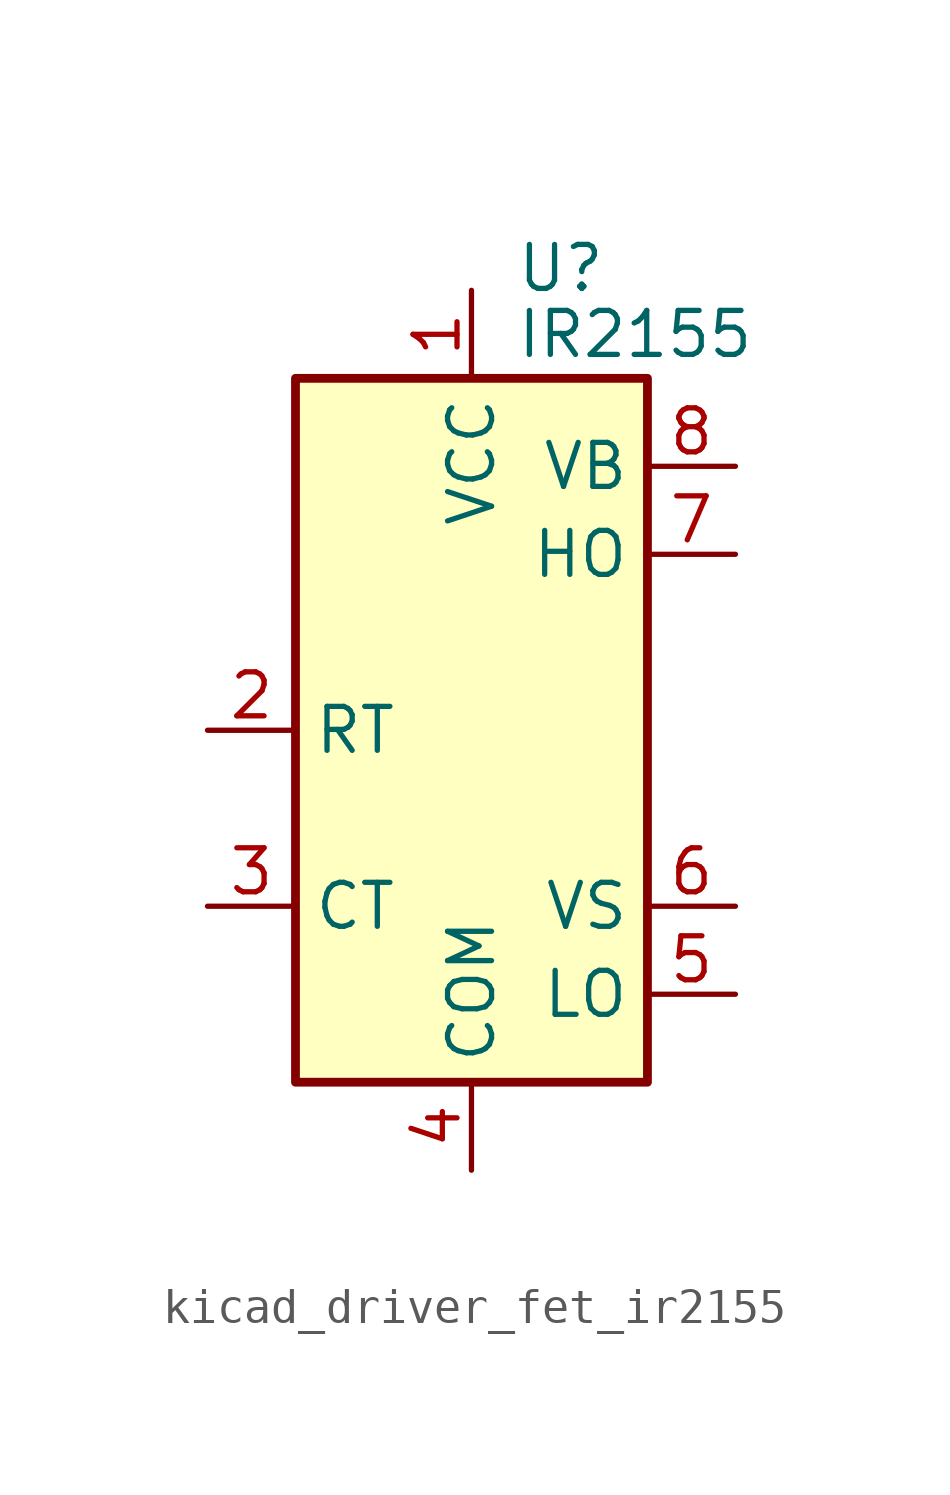
<source format=kicad_sym>
(kicad_symbol_lib
  (version 20220914)
  (generator kicad_symbol_editor)
  (symbol "kicad_driver_fet_ir2155"
    (property "Reference" "U"
      (at 1.27 13.335 0)
      (effects (font (size 1.27 1.27)) (justify left)))
    (property "Value" "IR2155"
      (at 1.27 11.43 0)
      (effects (font (size 1.27 1.27)) (justify left)))
    (symbol "kicad_driver_fet_ir2155_0_1"
      (rectangle (start -5.08 -10.16) (end 5.08 10.16) (stroke (width 0.254) (type default)) (fill (type background))))
    (symbol "kicad_driver_fet_ir2155_1_1"
      (pin power_in line (at 0 12.7 270) (length 2.54) (name "VCC" (effects (font (size 1.27 1.27)))) (number "1" (effects (font (size 1.27 1.27)))))
      (pin passive line (at -7.62 0 0) (length 2.54) (name "RT" (effects (font (size 1.27 1.27)))) (number "2" (effects (font (size 1.27 1.27)))))
      (pin passive line (at -7.62 -5.08 0) (length 2.54) (name "CT" (effects (font (size 1.27 1.27)))) (number "3" (effects (font (size 1.27 1.27)))))
      (pin power_in line (at 0 -12.7 90) (length 2.54) (name "COM" (effects (font (size 1.27 1.27)))) (number "4" (effects (font (size 1.27 1.27)))))
      (pin output line (at 7.62 -7.62 180) (length 2.54) (name "LO" (effects (font (size 1.27 1.27)))) (number "5" (effects (font (size 1.27 1.27)))))
      (pin passive line (at 7.62 -5.08 180) (length 2.54) (name "VS" (effects (font (size 1.27 1.27)))) (number "6" (effects (font (size 1.27 1.27)))))
      (pin output line (at 7.62 5.08 180) (length 2.54) (name "HO" (effects (font (size 1.27 1.27)))) (number "7" (effects (font (size 1.27 1.27)))))
      (pin passive line (at 7.62 7.62 180) (length 2.54) (name "VB" (effects (font (size 1.27 1.27)))) (number "8" (effects (font (size 1.27 1.27))))))))
</source>
